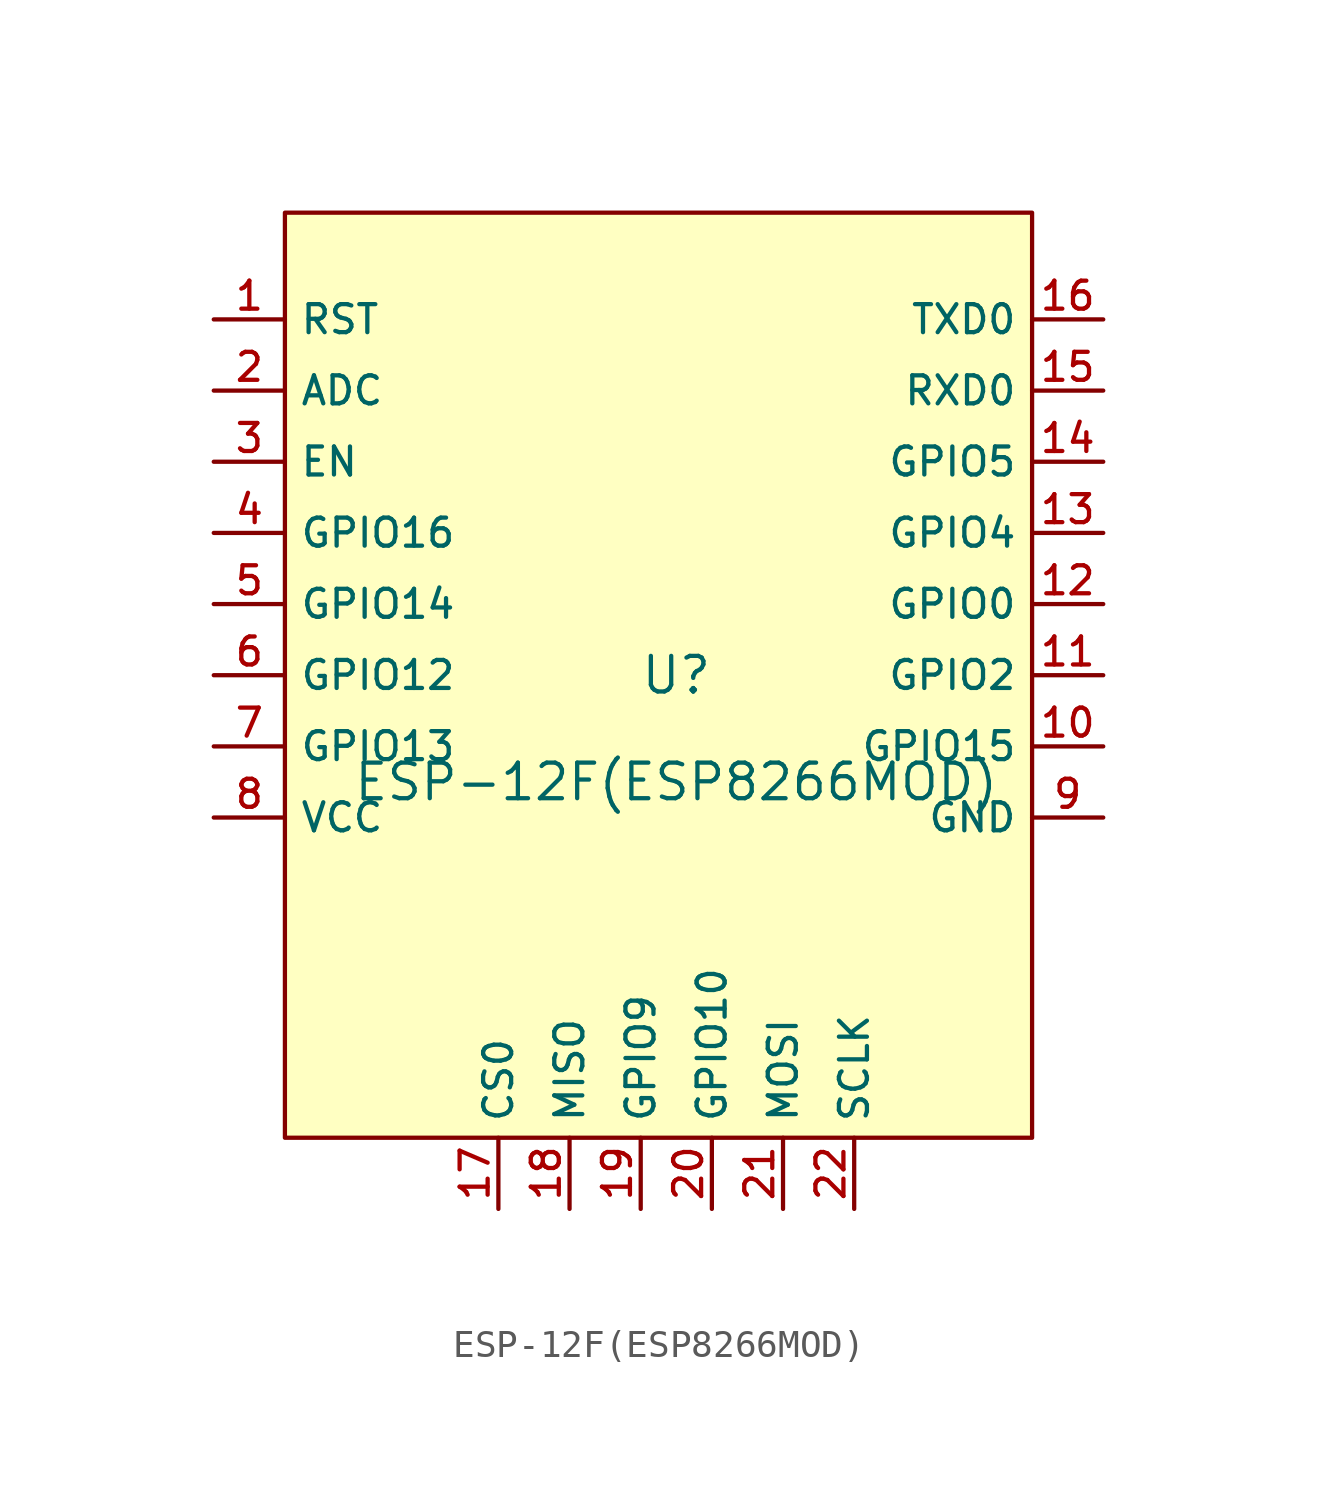
<source format=kicad_sym>
(kicad_symbol_lib
  (version 20210201)
  (generator TousstNicolas/JLC2KiCad_lib)
  (symbol "ESP-12F(ESP8266MOD)"
    (property "Reference" "U"
      (at 0 1.27 0)
      (effects (font (size 1.27 1.27))))
    (property "Value" "ESP-12F(ESP8266MOD)"
      (at 0 -2.54 0)
      (effects (font (size 1.27 1.27))))
    (symbol "ESP-12F(ESP8266MOD)_0_1"
      (rectangle (start -13.97 17.78) (end 12.7 -15.24) (stroke (width 0) (type default) (color 0 0 0 0)) (fill (type background)))
      (pin unspecified line (at -16.51 13.97 0) (length 2.54) (name "RST" (effects (font (size 1 1)))) (number "1" (effects (font (size 1 1)))))
      (pin unspecified line (at -16.51 11.43 0) (length 2.54) (name "ADC" (effects (font (size 1 1)))) (number "2" (effects (font (size 1 1)))))
      (pin unspecified line (at -16.51 8.89 0) (length 2.54) (name "EN" (effects (font (size 1 1)))) (number "3" (effects (font (size 1 1)))))
      (pin unspecified line (at -16.51 6.35 0) (length 2.54) (name "GPIO16" (effects (font (size 1 1)))) (number "4" (effects (font (size 1 1)))))
      (pin unspecified line (at -16.51 3.81 0) (length 2.54) (name "GPIO14" (effects (font (size 1 1)))) (number "5" (effects (font (size 1 1)))))
      (pin unspecified line (at -16.51 1.27 0) (length 2.54) (name "GPIO12" (effects (font (size 1 1)))) (number "6" (effects (font (size 1 1)))))
      (pin unspecified line (at -16.51 -1.27 0) (length 2.54) (name "GPIO13" (effects (font (size 1 1)))) (number "7" (effects (font (size 1 1)))))
      (pin unspecified line (at -16.51 -3.81 0) (length 2.54) (name "VCC" (effects (font (size 1 1)))) (number "8" (effects (font (size 1 1)))))
      (pin unspecified line (at 15.24 -3.81 180) (length 2.54) (name "GND" (effects (font (size 1 1)))) (number "9" (effects (font (size 1 1)))))
      (pin unspecified line (at 15.24 -1.27 180) (length 2.54) (name "GPIO15" (effects (font (size 1 1)))) (number "10" (effects (font (size 1 1)))))
      (pin unspecified line (at 15.24 1.27 180) (length 2.54) (name "GPIO2" (effects (font (size 1 1)))) (number "11" (effects (font (size 1 1)))))
      (pin unspecified line (at 15.24 3.81 180) (length 2.54) (name "GPIO0" (effects (font (size 1 1)))) (number "12" (effects (font (size 1 1)))))
      (pin unspecified line (at 15.24 6.35 180) (length 2.54) (name "GPIO4" (effects (font (size 1 1)))) (number "13" (effects (font (size 1 1)))))
      (pin unspecified line (at 15.24 8.89 180) (length 2.54) (name "GPIO5" (effects (font (size 1 1)))) (number "14" (effects (font (size 1 1)))))
      (pin unspecified line (at 15.24 11.43 180) (length 2.54) (name "RXD0" (effects (font (size 1 1)))) (number "15" (effects (font (size 1 1)))))
      (pin unspecified line (at 15.24 13.97 180) (length 2.54) (name "TXD0" (effects (font (size 1 1)))) (number "16" (effects (font (size 1 1)))))
      (pin unspecified line (at -6.35 -17.78 90) (length 2.54) (name "CS0" (effects (font (size 1 1)))) (number "17" (effects (font (size 1 1)))))
      (pin unspecified line (at -3.81 -17.78 90) (length 2.54) (name "MISO" (effects (font (size 1 1)))) (number "18" (effects (font (size 1 1)))))
      (pin unspecified line (at -1.27 -17.78 90) (length 2.54) (name "GPIO9" (effects (font (size 1 1)))) (number "19" (effects (font (size 1 1)))))
      (pin unspecified line (at 1.27 -17.78 90) (length 2.54) (name "GPIO10" (effects (font (size 1 1)))) (number "20" (effects (font (size 1 1)))))
      (pin unspecified line (at 3.81 -17.78 90) (length 2.54) (name "MOSI" (effects (font (size 1 1)))) (number "21" (effects (font (size 1 1)))))
      (pin unspecified line (at 6.35 -17.78 90) (length 2.54) (name "SCLK" (effects (font (size 1 1)))) (number "22" (effects (font (size 1 1))))))))
</source>
